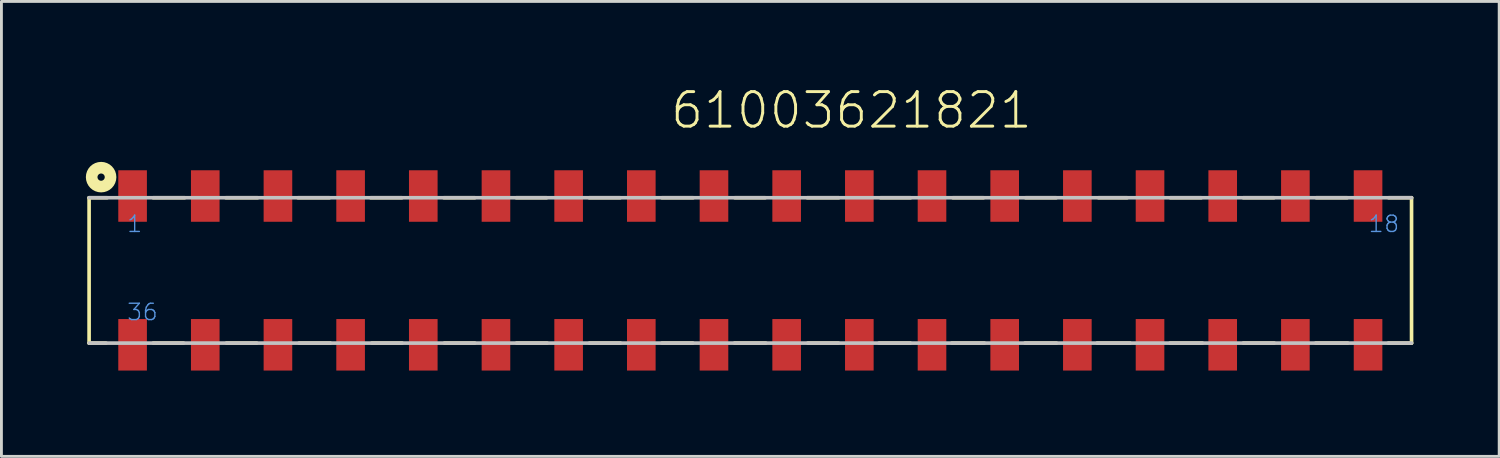
<source format=kicad_pcb>
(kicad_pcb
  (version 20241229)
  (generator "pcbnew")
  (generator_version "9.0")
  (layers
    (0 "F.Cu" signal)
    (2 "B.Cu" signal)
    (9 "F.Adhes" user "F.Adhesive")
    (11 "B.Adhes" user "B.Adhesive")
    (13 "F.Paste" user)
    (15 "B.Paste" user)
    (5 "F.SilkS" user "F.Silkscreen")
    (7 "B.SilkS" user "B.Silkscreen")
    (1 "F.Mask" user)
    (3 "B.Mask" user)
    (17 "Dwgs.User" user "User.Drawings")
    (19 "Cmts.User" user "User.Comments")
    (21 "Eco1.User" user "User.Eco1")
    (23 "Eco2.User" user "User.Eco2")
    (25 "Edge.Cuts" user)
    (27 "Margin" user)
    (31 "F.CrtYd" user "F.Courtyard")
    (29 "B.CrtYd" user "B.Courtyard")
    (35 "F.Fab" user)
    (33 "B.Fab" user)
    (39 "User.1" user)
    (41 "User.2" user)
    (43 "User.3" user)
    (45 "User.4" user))
  (footprint "61003621821"
    (layer "F.Cu")
    (at 23.174 6.401)
    (property "Reference" "61003621821" (at -2.85 -4.89 0) (layer "F.SilkS") (effects (font (size 1.206 1.206) (thickness 0.102)) (justify left bottom)))
    (attr through_hole)
    (fp_line (start -23.11 -2.54) (end -23.11 2.54) (stroke (width 0.127) (type solid)) (layer "F.SilkS"))
    (fp_line (start -22.52 2.54) (end -23.11 2.54) (stroke (width 0.127) (type solid)) (layer "F.SilkS"))
    (fp_line (start -22.48 -2.54) (end -23.11 -2.54) (stroke (width 0.127) (type solid)) (layer "F.SilkS"))
    (fp_line (start -20.87 -2.54) (end -19.77 -2.54) (stroke (width 0.127) (type solid)) (layer "F.SilkS"))
    (fp_line (start -20.87 2.54) (end -19.81 2.54) (stroke (width 0.127) (type solid)) (layer "F.SilkS"))
    (fp_line (start -18.33 -2.54) (end -17.22 -2.54) (stroke (width 0.127) (type solid)) (layer "F.SilkS"))
    (fp_line (start -18.31 2.54) (end -17.25 2.54) (stroke (width 0.127) (type solid)) (layer "F.SilkS"))
    (fp_line (start -15.81 -2.54) (end -14.71 -2.54) (stroke (width 0.127) (type solid)) (layer "F.SilkS"))
    (fp_line (start -15.77 2.54) (end -14.68 2.54) (stroke (width 0.127) (type solid)) (layer "F.SilkS"))
    (fp_line (start -13.27 -2.54) (end -12.18 -2.54) (stroke (width 0.127) (type solid)) (layer "F.SilkS"))
    (fp_line (start -13.23 2.54) (end -12.17 2.54) (stroke (width 0.127) (type solid)) (layer "F.SilkS"))
    (fp_line (start -10.71 -2.54) (end -9.63 -2.54) (stroke (width 0.127) (type solid)) (layer "F.SilkS"))
    (fp_line (start -10.69 2.54) (end -9.63 2.54) (stroke (width 0.127) (type solid)) (layer "F.SilkS"))
    (fp_line (start -8.18 -2.54) (end -7.12 -2.54) (stroke (width 0.127) (type solid)) (layer "F.SilkS"))
    (fp_line (start -8.17 2.54) (end -7.1 2.54) (stroke (width 0.127) (type solid)) (layer "F.SilkS"))
    (fp_line (start -5.63 -2.54) (end -4.55 -2.54) (stroke (width 0.127) (type solid)) (layer "F.SilkS"))
    (fp_line (start -5.62 2.54) (end -4.54 2.54) (stroke (width 0.127) (type solid)) (layer "F.SilkS"))
    (fp_line (start -3.09 -2.54) (end -2 -2.54) (stroke (width 0.127) (type solid)) (layer "F.SilkS"))
    (fp_line (start -3.09 2.54) (end -2.01 2.54) (stroke (width 0.127) (type solid)) (layer "F.SilkS"))
    (fp_line (start -0.55 2.54) (end 0.54 2.54) (stroke (width 0.127) (type solid)) (layer "F.SilkS"))
    (fp_line (start -0.54 -2.54) (end 0.52 -2.54) (stroke (width 0.127) (type solid)) (layer "F.SilkS"))
    (fp_line (start 1.99 -2.54) (end 3.09 -2.54) (stroke (width 0.127) (type solid)) (layer "F.SilkS"))
    (fp_line (start 2.01 2.54) (end 3.08 2.54) (stroke (width 0.127) (type solid)) (layer "F.SilkS"))
    (fp_line (start 4.5 2.54) (end 5.59 2.54) (stroke (width 0.127) (type solid)) (layer "F.SilkS"))
    (fp_line (start 4.55 -2.54) (end 5.6 -2.54) (stroke (width 0.127) (type solid)) (layer "F.SilkS"))
    (fp_line (start 7.04 2.54) (end 8.18 2.54) (stroke (width 0.127) (type solid)) (layer "F.SilkS"))
    (fp_line (start 7.08 -2.54) (end 8.15 -2.54) (stroke (width 0.127) (type solid)) (layer "F.SilkS"))
    (fp_line (start 9.6 2.54) (end 10.7 2.54) (stroke (width 0.127) (type solid)) (layer "F.SilkS"))
    (fp_line (start 9.62 -2.54) (end 10.69 -2.54) (stroke (width 0.127) (type solid)) (layer "F.SilkS"))
    (fp_line (start 12.12 2.54) (end 13.27 2.54) (stroke (width 0.127) (type solid)) (layer "F.SilkS"))
    (fp_line (start 12.17 -2.54) (end 13.17 -2.54) (stroke (width 0.127) (type solid)) (layer "F.SilkS"))
    (fp_line (start 14.67 2.54) (end 15.8 2.54) (stroke (width 0.127) (type solid)) (layer "F.SilkS"))
    (fp_line (start 14.68 -2.54) (end 15.76 -2.54) (stroke (width 0.127) (type solid)) (layer "F.SilkS"))
    (fp_line (start 17.23 -2.54) (end 18.3 -2.54) (stroke (width 0.127) (type solid)) (layer "F.SilkS"))
    (fp_line (start 17.23 2.54) (end 18.31 2.54) (stroke (width 0.127) (type solid)) (layer "F.SilkS"))
    (fp_line (start 19.76 2.54) (end 20.88 2.54) (stroke (width 0.127) (type solid)) (layer "F.SilkS"))
    (fp_line (start 19.78 -2.54) (end 20.86 -2.54) (stroke (width 0.127) (type solid)) (layer "F.SilkS"))
    (fp_line (start 22.3 2.54) (end 23.11 2.54) (stroke (width 0.127) (type solid)) (layer "F.SilkS"))
    (fp_line (start 22.31 -2.54) (end 23.11 -2.54) (stroke (width 0.127) (type solid)) (layer "F.SilkS"))
    (fp_line (start 23.11 2.54) (end 23.11 -2.54) (stroke (width 0.127) (type solid)) (layer "F.SilkS"))
    (fp_circle (center -22.69 -3.26) (end -22.563 -3.26) (stroke (width 0.406) (type solid)) (fill no) (layer "F.SilkS"))
    (fp_line (start -23.11 2.54) (end 23.11 2.54) (stroke (width 0.127) (type solid)) (layer "Dwgs.User"))
    (fp_line (start 23.11 -2.54) (end -23.11 -2.54) (stroke (width 0.127) (type solid)) (layer "Dwgs.User"))
    (fp_text user "18" (at 21.57 -1.29 0) (layer "Cmts.User") (effects (font (size 0.57 0.57) (thickness 0.048)) (justify left bottom)))
    (fp_text user "36" (at -21.82 1.79 0) (layer "Cmts.User") (effects (font (size 0.57 0.57) (thickness 0.048)) (justify left bottom)))
    (fp_text user "1" (at -21.82 -1.29 0) (layer "Cmts.User") (effects (font (size 0.57 0.57) (thickness 0.048)) (justify left bottom)))
    (pad "1" smd rect (at -21.59 -2.6) (size 1 1.8) (layers "F.Cu" "F.Mask" "F.Paste"))
    (pad "2" smd rect (at -19.05 -2.6) (size 1 1.8) (layers "F.Cu" "F.Mask" "F.Paste"))
    (pad "3" smd rect (at -16.51 -2.6) (size 1 1.8) (layers "F.Cu" "F.Mask" "F.Paste"))
    (pad "4" smd rect (at -13.97 -2.6) (size 1 1.8) (layers "F.Cu" "F.Mask" "F.Paste"))
    (pad "5" smd rect (at -11.43 -2.6) (size 1 1.8) (layers "F.Cu" "F.Mask" "F.Paste"))
    (pad "6" smd rect (at -8.89 -2.6) (size 1 1.8) (layers "F.Cu" "F.Mask" "F.Paste"))
    (pad "7" smd rect (at -6.35 -2.6) (size 1 1.8) (layers "F.Cu" "F.Mask" "F.Paste"))
    (pad "8" smd rect (at -3.81 -2.6) (size 1 1.8) (layers "F.Cu" "F.Mask" "F.Paste"))
    (pad "9" smd rect (at -1.27 -2.6) (size 1 1.8) (layers "F.Cu" "F.Mask" "F.Paste"))
    (pad "10" smd rect (at 1.27 -2.6) (size 1 1.8) (layers "F.Cu" "F.Mask" "F.Paste"))
    (pad "11" smd rect (at 3.81 -2.6) (size 1 1.8) (layers "F.Cu" "F.Mask" "F.Paste"))
    (pad "12" smd rect (at 6.35 -2.6) (size 1 1.8) (layers "F.Cu" "F.Mask" "F.Paste"))
    (pad "13" smd rect (at 8.89 -2.6) (size 1 1.8) (layers "F.Cu" "F.Mask" "F.Paste"))
    (pad "14" smd rect (at 11.43 -2.6) (size 1 1.8) (layers "F.Cu" "F.Mask" "F.Paste"))
    (pad "15" smd rect (at 13.97 -2.6) (size 1 1.8) (layers "F.Cu" "F.Mask" "F.Paste"))
    (pad "16" smd rect (at 16.51 -2.6) (size 1 1.8) (layers "F.Cu" "F.Mask" "F.Paste"))
    (pad "17" smd rect (at 19.05 -2.6) (size 1 1.8) (layers "F.Cu" "F.Mask" "F.Paste"))
    (pad "18" smd rect (at 21.59 -2.6) (size 1 1.8) (layers "F.Cu" "F.Mask" "F.Paste"))
    (pad "19" smd rect (at 21.59 2.6) (size 1 1.8) (layers "F.Cu" "F.Mask" "F.Paste"))
    (pad "20" smd rect (at 19.05 2.6) (size 1 1.8) (layers "F.Cu" "F.Mask" "F.Paste"))
    (pad "21" smd rect (at 16.51 2.6) (size 1 1.8) (layers "F.Cu" "F.Mask" "F.Paste"))
    (pad "22" smd rect (at 13.97 2.6) (size 1 1.8) (layers "F.Cu" "F.Mask" "F.Paste"))
    (pad "23" smd rect (at 11.43 2.6) (size 1 1.8) (layers "F.Cu" "F.Mask" "F.Paste"))
    (pad "24" smd rect (at 8.89 2.6) (size 1 1.8) (layers "F.Cu" "F.Mask" "F.Paste"))
    (pad "25" smd rect (at 6.35 2.6) (size 1 1.8) (layers "F.Cu" "F.Mask" "F.Paste"))
    (pad "26" smd rect (at 3.81 2.6) (size 1 1.8) (layers "F.Cu" "F.Mask" "F.Paste"))
    (pad "27" smd rect (at 1.27 2.6) (size 1 1.8) (layers "F.Cu" "F.Mask" "F.Paste"))
    (pad "28" smd rect (at -1.27 2.6) (size 1 1.8) (layers "F.Cu" "F.Mask" "F.Paste"))
    (pad "29" smd rect (at -3.81 2.6) (size 1 1.8) (layers "F.Cu" "F.Mask" "F.Paste"))
    (pad "30" smd rect (at -6.35 2.6) (size 1 1.8) (layers "F.Cu" "F.Mask" "F.Paste"))
    (pad "31" smd rect (at -8.89 2.6) (size 1 1.8) (layers "F.Cu" "F.Mask" "F.Paste"))
    (pad "32" smd rect (at -11.43 2.6) (size 1 1.8) (layers "F.Cu" "F.Mask" "F.Paste"))
    (pad "33" smd rect (at -13.97 2.6) (size 1 1.8) (layers "F.Cu" "F.Mask" "F.Paste"))
    (pad "34" smd rect (at -16.51 2.6) (size 1 1.8) (layers "F.Cu" "F.Mask" "F.Paste"))
    (pad "35" smd rect (at -19.05 2.6) (size 1 1.8) (layers "F.Cu" "F.Mask" "F.Paste"))
    (pad "36" smd rect (at -21.59 2.6) (size 1 1.8) (layers "F.Cu" "F.Mask" "F.Paste")))
  (gr_rect
    (start -3 -3)
    (end 49.347 12.901)
    (stroke (width 0.1) (type default))
    (fill no)
    (layer "Edge.Cuts")))
</source>
